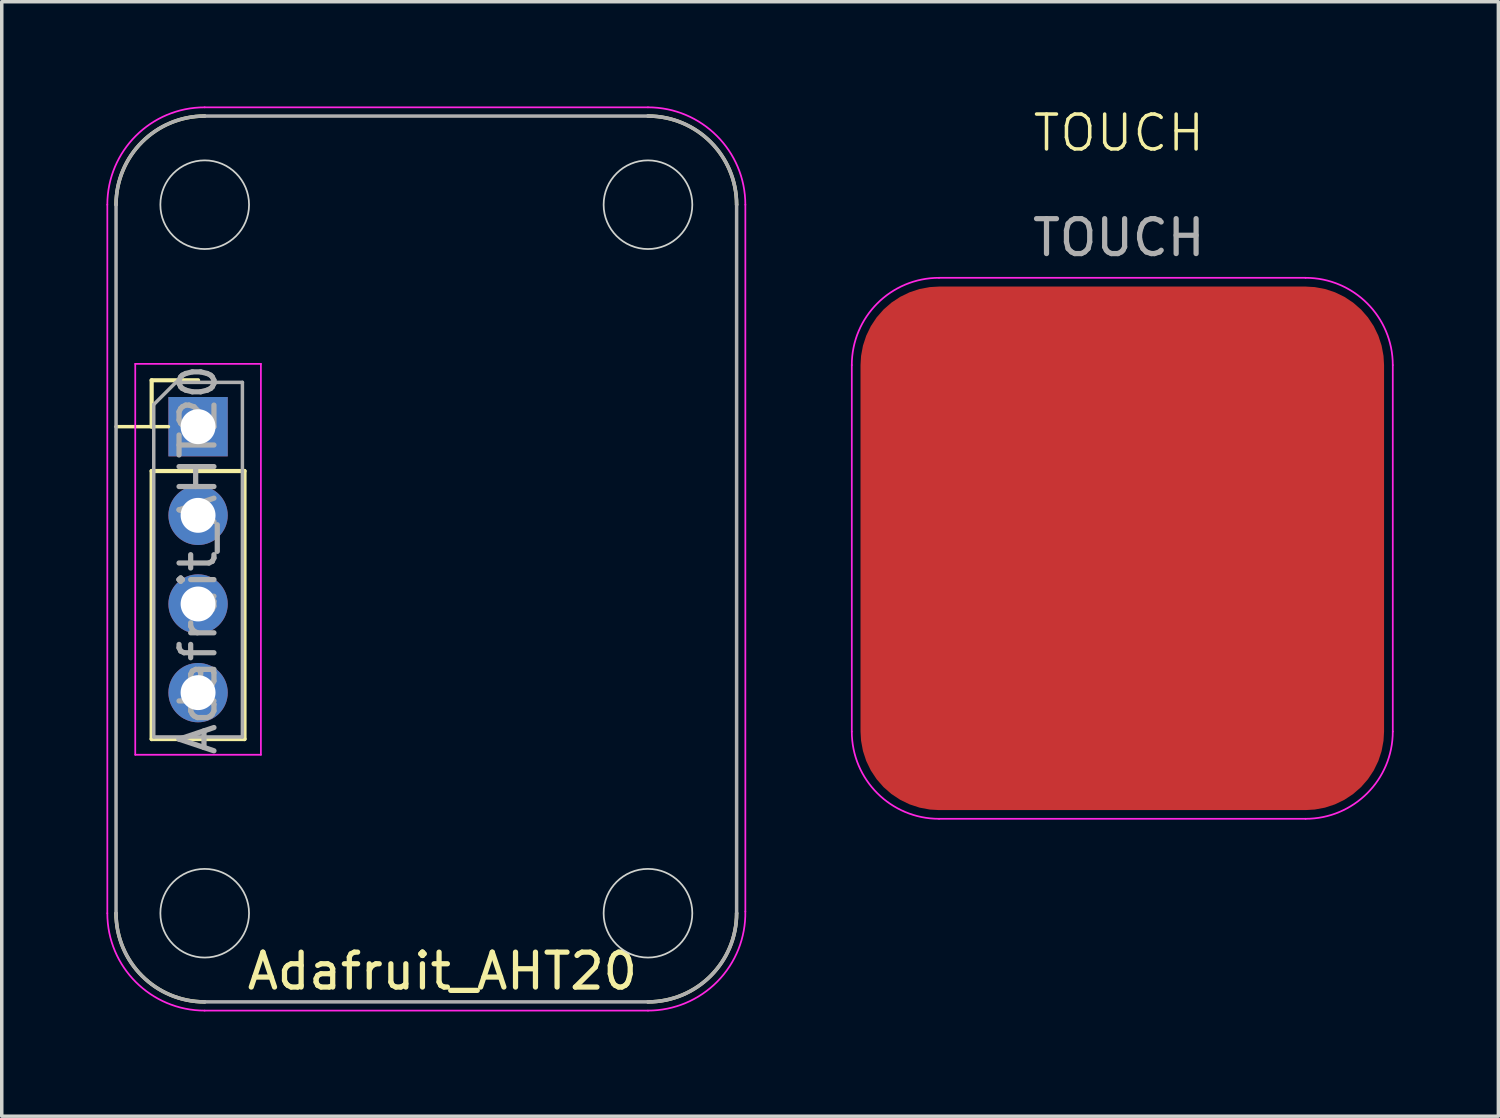
<source format=kicad_pcb>
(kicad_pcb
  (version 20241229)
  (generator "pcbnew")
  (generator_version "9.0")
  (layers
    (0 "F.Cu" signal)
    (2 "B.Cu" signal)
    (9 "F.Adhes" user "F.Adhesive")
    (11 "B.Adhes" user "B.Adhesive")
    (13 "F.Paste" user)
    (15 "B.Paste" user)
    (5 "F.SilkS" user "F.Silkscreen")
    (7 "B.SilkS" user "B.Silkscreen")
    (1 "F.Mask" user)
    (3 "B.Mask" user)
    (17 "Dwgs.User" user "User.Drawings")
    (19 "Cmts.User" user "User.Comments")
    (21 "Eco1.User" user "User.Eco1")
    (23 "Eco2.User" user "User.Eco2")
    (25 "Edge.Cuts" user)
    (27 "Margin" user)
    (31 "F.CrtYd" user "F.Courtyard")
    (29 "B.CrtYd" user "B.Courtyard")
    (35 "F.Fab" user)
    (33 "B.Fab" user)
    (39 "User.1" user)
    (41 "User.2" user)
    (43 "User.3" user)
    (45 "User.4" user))
  (footprint "Adafruit_AHT20"
    (layer "F.Cu")
    (at 2.625 9.175)
    (property "Reference" "Adafruit_AHT20" (at 7 15.6 0) (layer "F.SilkS") (effects (font (size 1 1) (thickness 0.15))))
    (attr through_hole)
    (fp_line (start -1.33 -1.33) (end 0 -1.33) (stroke (width 0.12) (type solid)) (layer "F.SilkS"))
    (fp_line (start -1.33 0) (end -1.33 -1.33) (stroke (width 0.12) (type solid)) (layer "F.SilkS"))
    (fp_line (start -1.33 1.27) (end -1.33 8.95) (stroke (width 0.12) (type solid)) (layer "F.SilkS"))
    (fp_line (start -1.33 1.27) (end 1.33 1.27) (stroke (width 0.12) (type solid)) (layer "F.SilkS"))
    (fp_line (start -1.33 8.95) (end 1.33 8.95) (stroke (width 0.12) (type solid)) (layer "F.SilkS"))
    (fp_line (start -0.85 0) (end -2.35 0) (stroke (width 0.1) (type default)) (layer "F.SilkS"))
    (fp_line (start 1.33 1.27) (end 1.33 8.95) (stroke (width 0.12) (type solid)) (layer "F.SilkS"))
    (fp_arc (start -2.35 -6.36) (mid -1.606051 -8.156051) (end 0.19 -8.9) (stroke (width 0.1) (type default)) (layer "F.SilkS"))
    (fp_arc (start 0.19 16.48) (mid -1.606051 15.736051) (end -2.35 13.94) (stroke (width 0.1) (type default)) (layer "F.SilkS"))
    (fp_arc (start 12.89 -8.9) (mid 14.686051 -8.156051) (end 15.43 -6.36) (stroke (width 0.1) (type default)) (layer "F.SilkS"))
    (fp_arc (start 15.43 13.94) (mid 14.686051 15.736051) (end 12.89 16.48) (stroke (width 0.1) (type default)) (layer "F.SilkS"))
    (fp_circle (center 0.19 -6.36) (end 0.22 -7.63) (stroke (width 0.05) (type default)) (fill no) (layer "Edge.Cuts"))
    (fp_circle (center 0.19 13.94) (end 0.17 15.21) (stroke (width 0.05) (type default)) (fill no) (layer "Edge.Cuts"))
    (fp_circle (center 12.89 -6.36) (end 14.16 -6.34) (stroke (width 0.05) (type default)) (fill no) (layer "Edge.Cuts"))
    (fp_circle (center 12.89 13.94) (end 12.91 15.21) (stroke (width 0.05) (type default)) (fill no) (layer "Edge.Cuts"))
    (fp_line (start -2.6 13.94) (end -2.6 -6.36) (stroke (width 0.05) (type default)) (layer "F.CrtYd"))
    (fp_line (start -1.8 -1.8) (end -1.8 9.4) (stroke (width 0.05) (type solid)) (layer "F.CrtYd"))
    (fp_line (start -1.8 9.4) (end 1.8 9.4) (stroke (width 0.05) (type solid)) (layer "F.CrtYd"))
    (fp_line (start 0.19 -9.15) (end 12.89 -9.15) (stroke (width 0.05) (type default)) (layer "F.CrtYd"))
    (fp_line (start 1.8 -1.8) (end -1.8 -1.8) (stroke (width 0.05) (type solid)) (layer "F.CrtYd"))
    (fp_line (start 1.8 9.4) (end 1.8 -1.8) (stroke (width 0.05) (type solid)) (layer "F.CrtYd"))
    (fp_line (start 12.89 16.73) (end 0.19 16.73) (stroke (width 0.05) (type default)) (layer "F.CrtYd"))
    (fp_line (start 15.68 -6.36) (end 15.68 13.89) (stroke (width 0.05) (type default)) (layer "F.CrtYd"))
    (fp_arc (start -2.6 -6.36) (mid -1.782828 -8.332828) (end 0.19 -9.15) (stroke (width 0.05) (type default)) (layer "F.CrtYd"))
    (fp_arc (start 0.19 16.73) (mid -1.782828 15.912828) (end -2.6 13.94) (stroke (width 0.05) (type default)) (layer "F.CrtYd"))
    (fp_arc (start 12.89 -9.15) (mid 14.862828 -8.332828) (end 15.68 -6.36) (stroke (width 0.05) (type default)) (layer "F.CrtYd"))
    (fp_arc (start 15.679552 13.890008) (mid 14.880424 15.895073) (end 12.89 16.73) (stroke (width 0.05) (type default)) (layer "F.CrtYd"))
    (fp_line (start -2.35 -6.36) (end -2.35 13.94) (stroke (width 0.1) (type default)) (layer "F.Fab"))
    (fp_line (start -1.27 -0.635) (end -0.635 -1.27) (stroke (width 0.1) (type solid)) (layer "F.Fab"))
    (fp_line (start -1.27 8.89) (end -1.27 -0.635) (stroke (width 0.1) (type solid)) (layer "F.Fab"))
    (fp_line (start -0.635 -1.27) (end 1.27 -1.27) (stroke (width 0.1) (type solid)) (layer "F.Fab"))
    (fp_line (start 0.19 -8.9) (end 12.89 -8.9) (stroke (width 0.1) (type default)) (layer "F.Fab"))
    (fp_line (start 1.27 -1.27) (end 1.27 8.89) (stroke (width 0.1) (type solid)) (layer "F.Fab"))
    (fp_line (start 1.27 8.89) (end -1.27 8.89) (stroke (width 0.1) (type solid)) (layer "F.Fab"))
    (fp_line (start 12.89 16.48) (end 0.19 16.48) (stroke (width 0.1) (type default)) (layer "F.Fab"))
    (fp_line (start 15.43 -6.36) (end 15.43 13.94) (stroke (width 0.1) (type default)) (layer "F.Fab"))
    (fp_arc (start -2.35 -6.36) (mid -1.606051 -8.156051) (end 0.19 -8.9) (stroke (width 0.1) (type default)) (layer "F.Fab"))
    (fp_arc (start 0.19 16.48) (mid -1.606051 15.736051) (end -2.35 13.94) (stroke (width 0.1) (type default)) (layer "F.Fab"))
    (fp_arc (start 12.89 -8.9) (mid 14.686051 -8.156051) (end 15.43 -6.36) (stroke (width 0.1) (type default)) (layer "F.Fab"))
    (fp_arc (start 15.43 13.94) (mid 14.686051 15.736051) (end 12.89 16.48) (stroke (width 0.1) (type default)) (layer "F.Fab"))
    (fp_text user "${REFERENCE}" (at 0 3.81 90) (layer "F.Fab") (effects (font (size 1 1) (thickness 0.15))))
    (pad "1" thru_hole rect (at 0 0) (size 1.7 1.7) (drill 1) (layers "*.Cu" "*.Mask"))
    (pad "2" thru_hole oval (at 0 2.54) (size 1.7 1.7) (drill 1) (layers "*.Cu" "*.Mask"))
    (pad "3" thru_hole oval (at 0 5.08) (size 1.7 1.7) (drill 1) (layers "*.Cu" "*.Mask"))
    (pad "4" thru_hole oval (at 0 7.62) (size 1.7 1.7) (drill 1) (layers "*.Cu" "*.Mask")))
  (footprint "TOUCH"
    (layer "F.Cu")
    (at 29.005 1.26)
    (property "Reference" "TOUCH" (at 0 -0.5 0) (unlocked yes) (layer "F.SilkS") (effects (font (size 1 1) (thickness 0.1))))
    (attr smd)
    (fp_line (start -7.65 6.15) (end -7.65 16.65) (stroke (width 0.05) (type default)) (layer "F.CrtYd"))
    (fp_line (start -5.15 19.15) (end 5.35 19.15) (stroke (width 0.05) (type default)) (layer "F.CrtYd"))
    (fp_line (start 5.35 3.65) (end -5.15 3.65) (stroke (width 0.05) (type default)) (layer "F.CrtYd"))
    (fp_line (start 7.85 16.65) (end 7.85 6.15) (stroke (width 0.05) (type default)) (layer "F.CrtYd"))
    (fp_arc (start -7.65 6.15) (mid -6.917767 4.382233) (end -5.15 3.65) (stroke (width 0.05) (type default)) (layer "F.CrtYd"))
    (fp_arc (start -5.15 19.15) (mid -6.917767 18.417767) (end -7.65 16.65) (stroke (width 0.05) (type default)) (layer "F.CrtYd"))
    (fp_arc (start 5.35 3.65) (mid 7.117767 4.382233) (end 7.85 6.15) (stroke (width 0.05) (type default)) (layer "F.CrtYd"))
    (fp_arc (start 7.85 16.65) (mid 7.117767 18.417767) (end 5.35 19.15) (stroke (width 0.05) (type default)) (layer "F.CrtYd"))
    (fp_text user "${REFERENCE}" (at 0 2.5 0) (unlocked yes) (layer "F.Fab") (effects (font (size 1 1) (thickness 0.15))))
    (pad "1" smd roundrect (at 0.1 11.4) (size 15 15) (layers "F.Cu" "F.Mask" "F.Paste") (roundrect_rratio 0.15)))
  (gr_rect
    (start -3 -3)
    (end 39.88 28.93)
    (stroke (width 0.1) (type default))
    (fill no)
    (layer "Edge.Cuts")))
</source>
